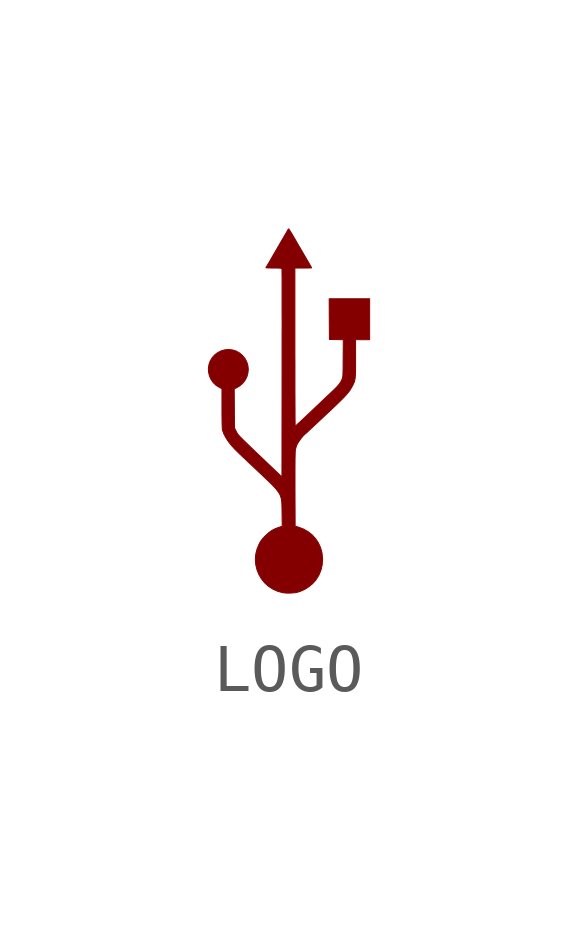
<source format=kicad_sym>
(kicad_symbol_lib
  (version 20220914)
  (generator "bitmap2component")
  (generator_version "9.0")
  (symbol "LOGO"
    (pin_names
      (offset 1.016))
    (property "Reference" "#G"
      (at 0 3.176 0)
      (effects (font (size 1.27 1.27)) hide))
    (symbol "LOGO_0_0"
      (polyline (pts (xy 0.001 -3.786) (xy 0.065 -3.78) (xy 0.119 -3.769) (xy 0.172 -3.752) (xy 0.261 -3.712) (xy 0.346 -3.659) (xy 0.422 -3.597) (xy 0.485 -3.529) (xy 0.501 -3.508) (xy 0.56 -3.413) (xy 0.602 -3.311) (xy 0.627 -3.203) (xy 0.636 -3.087) (xy 0.635 -3.062) (xy 0.623 -2.95) (xy 0.594 -2.844) (xy 0.55 -2.746) (xy 0.491 -2.657) (xy 0.419 -2.577) (xy 0.334 -2.51) (xy 0.238 -2.455) (xy 0.133 -2.415) (xy 0.064 -2.395) (xy 0.061 -1.632) (xy 0.061 -1.608) (xy 0.061 -1.45) (xy 0.061 -1.309) (xy 0.061 -1.187) (xy 0.062 -1.082) (xy 0.062 -0.994) (xy 0.064 -0.923) (xy 0.065 -0.869) (xy 0.067 -0.832) (xy 0.069 -0.811) (xy 0.075 -0.783) (xy 0.088 -0.737) (xy 0.104 -0.696) (xy 0.109 -0.686) (xy 0.129 -0.652) (xy 0.156 -0.613) (xy 0.185 -0.572) (xy 0.215 -0.535) (xy 0.242 -0.504) (xy 0.262 -0.486) (xy 0.265 -0.483) (xy 0.283 -0.468) (xy 0.309 -0.446) (xy 0.337 -0.419) (xy 0.346 -0.41) (xy 0.372 -0.386) (xy 0.408 -0.352) (xy 0.454 -0.309) (xy 0.506 -0.26) (xy 0.565 -0.205) (xy 0.627 -0.147) (xy 0.691 -0.087) (xy 0.766 -0.017) (xy 0.851 0.064) (xy 0.925 0.134) (xy 0.988 0.195) (xy 1.042 0.248) (xy 1.087 0.295) (xy 1.125 0.336) (xy 1.157 0.373) (xy 1.184 0.406) (xy 1.207 0.438) (xy 1.226 0.469) (xy 1.244 0.5) (xy 1.262 0.533) (xy 1.273 0.556) (xy 1.285 0.582) (xy 1.295 0.606) (xy 1.303 0.632) (xy 1.309 0.66) (xy 1.314 0.692) (xy 1.317 0.732) (xy 1.32 0.779) (xy 1.321 0.838) (xy 1.322 0.909) (xy 1.322 0.994) (xy 1.322 1.095) (xy 1.322 1.487) (xy 1.468 1.487) (xy 1.615 1.487) (xy 1.615 1.912) (xy 1.615 2.338) (xy 1.194 2.338) (xy 0.773 2.338) (xy 0.775 1.915) (xy 0.778 1.492) (xy 0.922 1.489) (xy 1.067 1.486) (xy 1.064 1.1) (xy 1.064 1.096) (xy 1.063 1.002) (xy 1.063 0.925) (xy 1.062 0.863) (xy 1.061 0.812) (xy 1.06 0.773) (xy 1.058 0.743) (xy 1.056 0.72) (xy 1.053 0.702) (xy 1.05 0.687) (xy 1.045 0.674) (xy 1.04 0.661) (xy 1.026 0.63) (xy 1.005 0.593) (xy 0.977 0.555) (xy 0.941 0.514) (xy 0.895 0.466) (xy 0.836 0.409) (xy 0.819 0.393) (xy 0.772 0.349) (xy 0.724 0.304) (xy 0.68 0.263) (xy 0.645 0.229) (xy 0.586 0.172) (xy 0.518 0.108) (xy 0.451 0.045) (xy 0.385 -0.018) (xy 0.322 -0.077) (xy 0.263 -0.133) (xy 0.209 -0.184) (xy 0.162 -0.228) (xy 0.122 -0.264) (xy 0.092 -0.292) (xy 0.073 -0.309) (xy 0.065 -0.316) (xy 0.065 -0.312) (xy 0.064 -0.293) (xy 0.064 -0.257) (xy 0.063 -0.205) (xy 0.062 -0.138) (xy 0.062 -0.056) (xy 0.062 0.038) (xy 0.061 0.145) (xy 0.061 0.263) (xy 0.06 0.391) (xy 0.06 0.53) (xy 0.06 0.676) (xy 0.06 0.831) (xy 0.06 0.992) (xy 0.059 1.159) (xy 0.059 1.331) (xy 0.059 2.978) (xy 0.233 2.978) (xy 0.237 2.978) (xy 0.291 2.979) (xy 0.338 2.979) (xy 0.374 2.98) (xy 0.399 2.981) (xy 0.407 2.983) (xy 0.407 2.983) (xy 0.401 2.995) (xy 0.388 3.019) (xy 0.369 3.052) (xy 0.347 3.09) (xy 0.324 3.129) (xy 0.292 3.183) (xy 0.262 3.236) (xy 0.236 3.28) (xy 0.224 3.301) (xy 0.195 3.35) (xy 0.167 3.399) (xy 0.142 3.44) (xy 0.132 3.458) (xy 0.108 3.499) (xy 0.08 3.548) (xy 0.049 3.601) (xy 0.019 3.653) (xy -0.004 3.692) (xy -0.029 3.732) (xy -0.049 3.764) (xy -0.063 3.785) (xy -0.07 3.793) (xy -0.077 3.788) (xy -0.088 3.772) (xy -0.093 3.763) (xy -0.106 3.739) (xy -0.125 3.706) (xy -0.147 3.669) (xy -0.159 3.648) (xy -0.184 3.605) (xy -0.216 3.551) (xy -0.252 3.488) (xy -0.291 3.421) (xy -0.332 3.35) (xy -0.373 3.28) (xy -0.412 3.212) (xy -0.447 3.151) (xy -0.478 3.097) (xy -0.495 3.068) (xy -0.514 3.036) (xy -0.529 3.013) (xy -0.536 3.002) (xy -0.539 2.998) (xy -0.544 2.986) (xy -0.537 2.983) (xy -0.514 2.981) (xy -0.478 2.98) (xy -0.432 2.979) (xy -0.379 2.978) (xy -0.368 2.978) (xy -0.308 2.978) (xy -0.264 2.977) (xy -0.234 2.974) (xy -0.217 2.971) (xy -0.21 2.967) (xy -0.21 2.959) (xy -0.209 2.934) (xy -0.209 2.892) (xy -0.209 2.834) (xy -0.208 2.761) (xy -0.208 2.674) (xy -0.208 2.572) (xy -0.208 2.459) (xy -0.208 2.333) (xy -0.208 2.196) (xy -0.208 2.048) (xy -0.207 1.891) (xy -0.207 1.725) (xy -0.208 1.551) (xy -0.208 1.37) (xy -0.208 1.183) (xy -0.208 0.99) (xy -0.208 0.792) (xy -0.21 -1.372) (xy -0.54 -1.057) (xy -0.635 -0.966) (xy -0.725 -0.881) (xy -0.803 -0.806) (xy -0.87 -0.742) (xy -0.927 -0.686) (xy -0.976 -0.639) (xy -1.016 -0.6) (xy -1.049 -0.567) (xy -1.076 -0.54) (xy -1.097 -0.517) (xy -1.114 -0.499) (xy -1.126 -0.483) (xy -1.136 -0.47) (xy -1.144 -0.458) (xy -1.15 -0.446) (xy -1.156 -0.434) (xy -1.163 -0.421) (xy -1.199 -0.349) (xy -1.201 0.056) (xy -1.204 0.462) (xy -1.147 0.49) (xy -1.089 0.525) (xy -1.026 0.58) (xy -0.976 0.644) (xy -0.94 0.715) (xy -0.919 0.79) (xy -0.911 0.868) (xy -0.919 0.947) (xy -0.942 1.024) (xy -0.981 1.096) (xy -1.036 1.163) (xy -1.095 1.212) (xy -1.166 1.251) (xy -1.241 1.274) (xy -1.318 1.282) (xy -1.396 1.276) (xy -1.471 1.256) (xy -1.541 1.222) (xy -1.605 1.175) (xy -1.66 1.115) (xy -1.704 1.042) (xy -1.729 0.973) (xy -1.742 0.892) (xy -1.738 0.812) (xy -1.72 0.733) (xy -1.687 0.66) (xy -1.641 0.594) (xy -1.582 0.537) (xy -1.511 0.493) (xy -1.459 0.467) (xy -1.459 0.06) (xy -1.459 0.047) (xy -1.459 -0.051) (xy -1.458 -0.139) (xy -1.457 -0.217) (xy -1.456 -0.282) (xy -1.454 -0.333) (xy -1.452 -0.369) (xy -1.45 -0.389) (xy -1.446 -0.402) (xy -1.421 -0.47) (xy -1.383 -0.544) (xy -1.334 -0.622) (xy -1.274 -0.7) (xy -1.206 -0.775) (xy -1.193 -0.789) (xy -1.178 -0.805) (xy -1.162 -0.82) (xy -1.145 -0.838) (xy -1.125 -0.857) (xy -1.101 -0.881) (xy -1.071 -0.909) (xy -1.036 -0.943) (xy -0.993 -0.983) (xy -0.941 -1.032) (xy -0.88 -1.091) (xy -0.807 -1.159) (xy -0.723 -1.239) (xy -0.63 -1.326) (xy -0.548 -1.404) (xy -0.478 -1.471) (xy -0.418 -1.53) (xy -0.368 -1.582) (xy -0.327 -1.629) (xy -0.294 -1.672) (xy -0.267 -1.712) (xy -0.247 -1.751) (xy -0.233 -1.791) (xy -0.222 -1.833) (xy -0.216 -1.878) (xy -0.212 -1.928) (xy -0.21 -1.985) (xy -0.209 -2.049) (xy -0.208 -2.123) (xy -0.205 -2.397) (xy -0.273 -2.419) (xy -0.346 -2.446) (xy -0.42 -2.484) (xy -0.489 -2.534) (xy -0.558 -2.598) (xy -0.564 -2.603) (xy -0.604 -2.646) (xy -0.635 -2.683) (xy -0.66 -2.72) (xy -0.683 -2.763) (xy -0.688 -2.772) (xy -0.73 -2.875) (xy -0.756 -2.979) (xy -0.764 -3.086) (xy -0.756 -3.194) (xy -0.731 -3.301) (xy -0.691 -3.401) (xy -0.637 -3.493) (xy -0.57 -3.575) (xy -0.491 -3.647) (xy -0.401 -3.705) (xy -0.302 -3.75) (xy -0.195 -3.78) (xy -0.191 -3.78) (xy -0.134 -3.787) (xy -0.068 -3.789) (xy 0.001 -3.786)) (stroke (width 0.01) (type default)) (fill (type outline))))))
</source>
